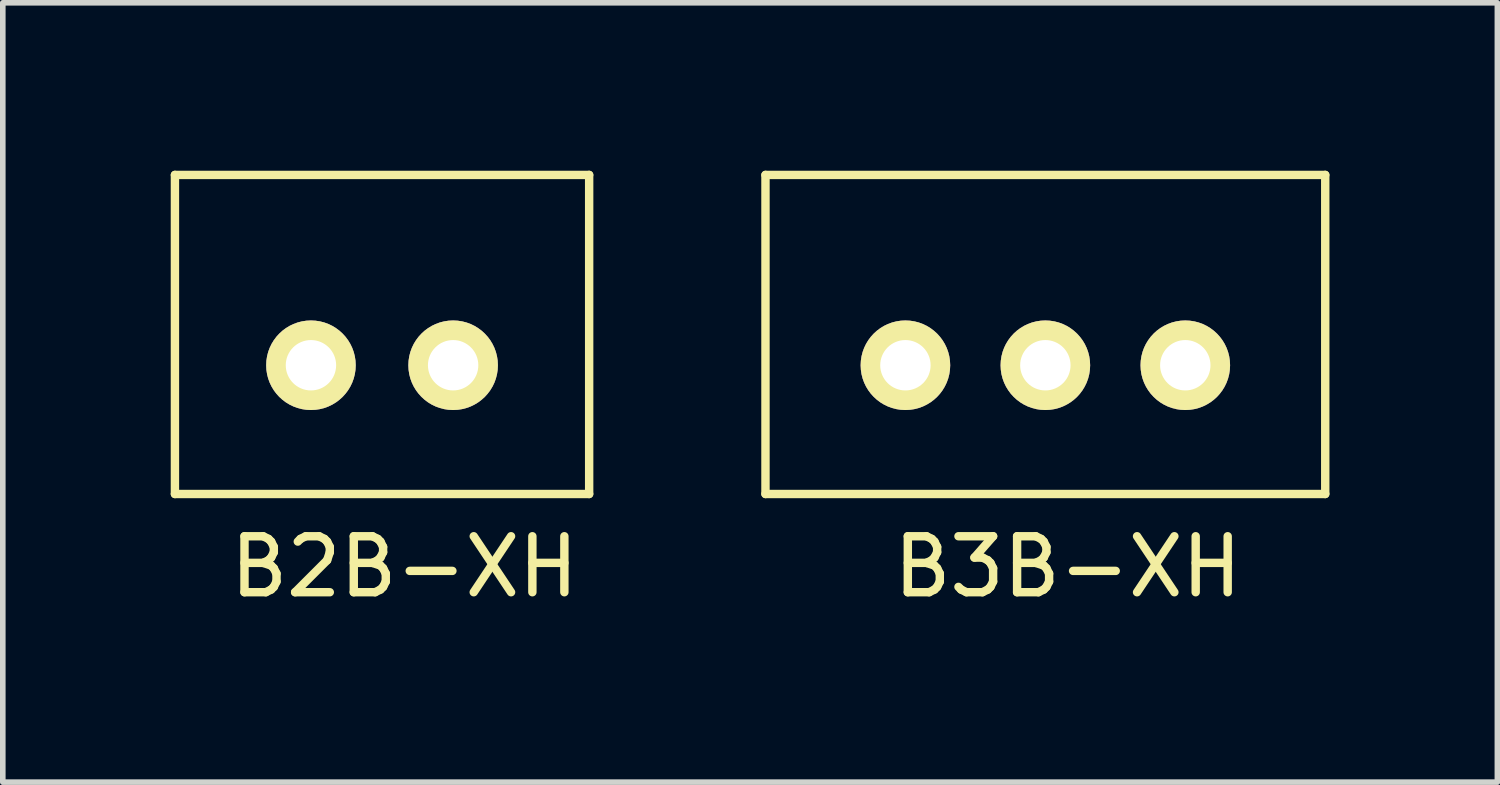
<source format=kicad_pcb>
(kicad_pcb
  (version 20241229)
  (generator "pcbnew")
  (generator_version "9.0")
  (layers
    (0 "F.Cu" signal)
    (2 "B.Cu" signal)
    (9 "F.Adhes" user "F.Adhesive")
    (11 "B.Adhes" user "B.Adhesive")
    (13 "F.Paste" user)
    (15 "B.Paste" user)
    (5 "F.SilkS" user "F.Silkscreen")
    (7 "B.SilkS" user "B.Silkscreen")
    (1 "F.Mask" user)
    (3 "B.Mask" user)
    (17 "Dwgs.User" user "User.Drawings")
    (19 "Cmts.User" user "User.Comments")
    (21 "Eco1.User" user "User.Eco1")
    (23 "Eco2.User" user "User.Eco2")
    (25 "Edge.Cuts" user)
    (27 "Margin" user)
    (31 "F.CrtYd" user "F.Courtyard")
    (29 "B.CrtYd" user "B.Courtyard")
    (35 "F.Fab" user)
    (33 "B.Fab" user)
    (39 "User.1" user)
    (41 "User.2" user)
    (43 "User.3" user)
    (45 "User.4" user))
  (footprint "B3B-XH"
    (layer "F.Cu")
    (at 15.625 3.475)
    (property "Reference" "B3B-XH" (at 0.4 3.6 0) (layer "F.SilkS") (effects (font (size 1 1) (thickness 0.15))))
    (attr through_hole)
    (fp_line (start -5 -3.4) (end 5 -3.4) (stroke (width 0.15) (type solid)) (layer "F.SilkS"))
    (fp_line (start -5 2.3) (end -5 -3.4) (stroke (width 0.15) (type solid)) (layer "F.SilkS"))
    (fp_line (start 5 -3.4) (end 5 2.3) (stroke (width 0.15) (type solid)) (layer "F.SilkS"))
    (fp_line (start 5 2.3) (end -5 2.3) (stroke (width 0.15) (type solid)) (layer "F.SilkS"))
    (pad "1" thru_hole circle (at -2.5 0) (size 1.6 1.6) (drill 0.9) (layers "*.Cu" "*.Mask" "F.SilkS"))
    (pad "2" thru_hole circle (at 0 0) (size 1.6 1.6) (drill 0.9) (layers "*.Cu" "*.Mask" "F.SilkS"))
    (pad "3" thru_hole circle (at 2.5 0) (size 1.6 1.6) (drill 0.9) (layers "*.Cu" "*.Mask" "F.SilkS")))
  (footprint "B2B-XH"
    (layer "F.Cu")
    (at 3.775 3.475)
    (property "Reference" "B2B-XH" (at 0.4 3.6 0) (layer "F.SilkS") (effects (font (size 1 1) (thickness 0.15))))
    (attr through_hole)
    (fp_line (start -3.7 -3.4) (end 3.7 -3.4) (stroke (width 0.15) (type solid)) (layer "F.SilkS"))
    (fp_line (start -3.7 2.3) (end -3.7 -3.4) (stroke (width 0.15) (type solid)) (layer "F.SilkS"))
    (fp_line (start 3.7 -3.4) (end 3.7 2.3) (stroke (width 0.15) (type solid)) (layer "F.SilkS"))
    (fp_line (start 3.7 2.3) (end -3.7 2.3) (stroke (width 0.15) (type solid)) (layer "F.SilkS"))
    (pad "1" thru_hole circle (at -1.27 0) (size 1.6 1.6) (drill 0.9) (layers "*.Cu" "*.Mask" "F.SilkS"))
    (pad "2" thru_hole circle (at 1.27 0) (size 1.6 1.6) (drill 0.9) (layers "*.Cu" "*.Mask" "F.SilkS")))
  (gr_rect
    (start -3 -3)
    (end 23.7 10.923)
    (stroke (width 0.1) (type default))
    (fill no)
    (layer "Edge.Cuts")))
</source>
